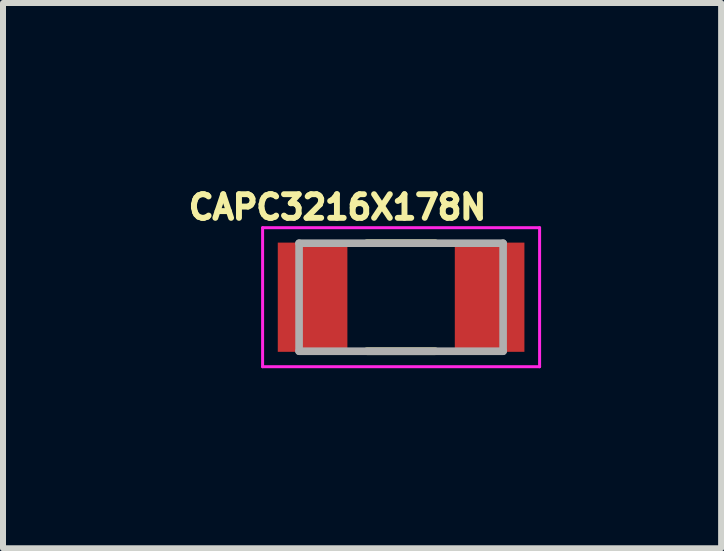
<source format=kicad_pcb>
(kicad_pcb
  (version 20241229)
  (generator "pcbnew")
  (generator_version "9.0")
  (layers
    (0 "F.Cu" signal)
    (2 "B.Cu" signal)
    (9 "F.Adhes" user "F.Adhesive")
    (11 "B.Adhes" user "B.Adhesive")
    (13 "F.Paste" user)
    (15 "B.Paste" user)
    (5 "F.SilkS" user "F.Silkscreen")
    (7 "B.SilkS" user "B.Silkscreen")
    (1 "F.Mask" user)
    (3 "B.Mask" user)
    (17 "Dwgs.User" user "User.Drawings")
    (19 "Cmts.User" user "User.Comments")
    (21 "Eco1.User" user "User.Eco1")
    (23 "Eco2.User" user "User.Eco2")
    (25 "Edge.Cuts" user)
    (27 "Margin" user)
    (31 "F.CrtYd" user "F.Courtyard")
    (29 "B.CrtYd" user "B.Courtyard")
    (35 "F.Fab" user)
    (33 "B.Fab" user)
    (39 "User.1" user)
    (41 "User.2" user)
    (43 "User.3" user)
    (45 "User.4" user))
  (footprint "CAPC3216X178N"
    (layer "F.Cu")
    (at 3.634 1.903)
    (property "Reference" "CAPC3216X178N" (at -1.06 -1.5 0) (layer "F.SilkS") (effects (font (size 0.394 0.394) (thickness 0.15))))
    (attr through_hole)
    (fp_line (start -0.57 -0.9) (end 0.57 -0.9) (stroke (width 0.127) (type solid)) (layer "F.SilkS"))
    (fp_line (start -0.57 0.9) (end 0.57 0.9) (stroke (width 0.127) (type solid)) (layer "F.SilkS"))
    (fp_line (start -2.308 -1.158) (end 2.308 -1.158) (stroke (width 0.05) (type solid)) (layer "F.CrtYd"))
    (fp_line (start -2.308 1.158) (end -2.308 -1.158) (stroke (width 0.05) (type solid)) (layer "F.CrtYd"))
    (fp_line (start -2.308 1.158) (end 2.308 1.158) (stroke (width 0.05) (type solid)) (layer "F.CrtYd"))
    (fp_line (start 2.308 1.158) (end 2.308 -1.158) (stroke (width 0.05) (type solid)) (layer "F.CrtYd"))
    (fp_line (start -1.7 0.9) (end -1.7 -0.9) (stroke (width 0.127) (type solid)) (layer "F.Fab"))
    (fp_line (start 1.7 -0.9) (end -1.7 -0.9) (stroke (width 0.127) (type solid)) (layer "F.Fab"))
    (fp_line (start 1.7 0.9) (end -1.7 0.9) (stroke (width 0.127) (type solid)) (layer "F.Fab"))
    (fp_line (start 1.7 0.9) (end 1.7 -0.9) (stroke (width 0.127) (type solid)) (layer "F.Fab"))
    (pad "1" smd rect (at -1.475 0) (size 1.16 1.82) (layers "F.Cu" "F.Mask" "F.Paste"))
    (pad "2" smd rect (at 1.475 0) (size 1.16 1.82) (layers "F.Cu" "F.Mask" "F.Paste")))
  (gr_rect
    (start -3 -3)
    (end 8.967 6.086)
    (stroke (width 0.1) (type default))
    (fill no)
    (layer "Edge.Cuts")))
</source>
